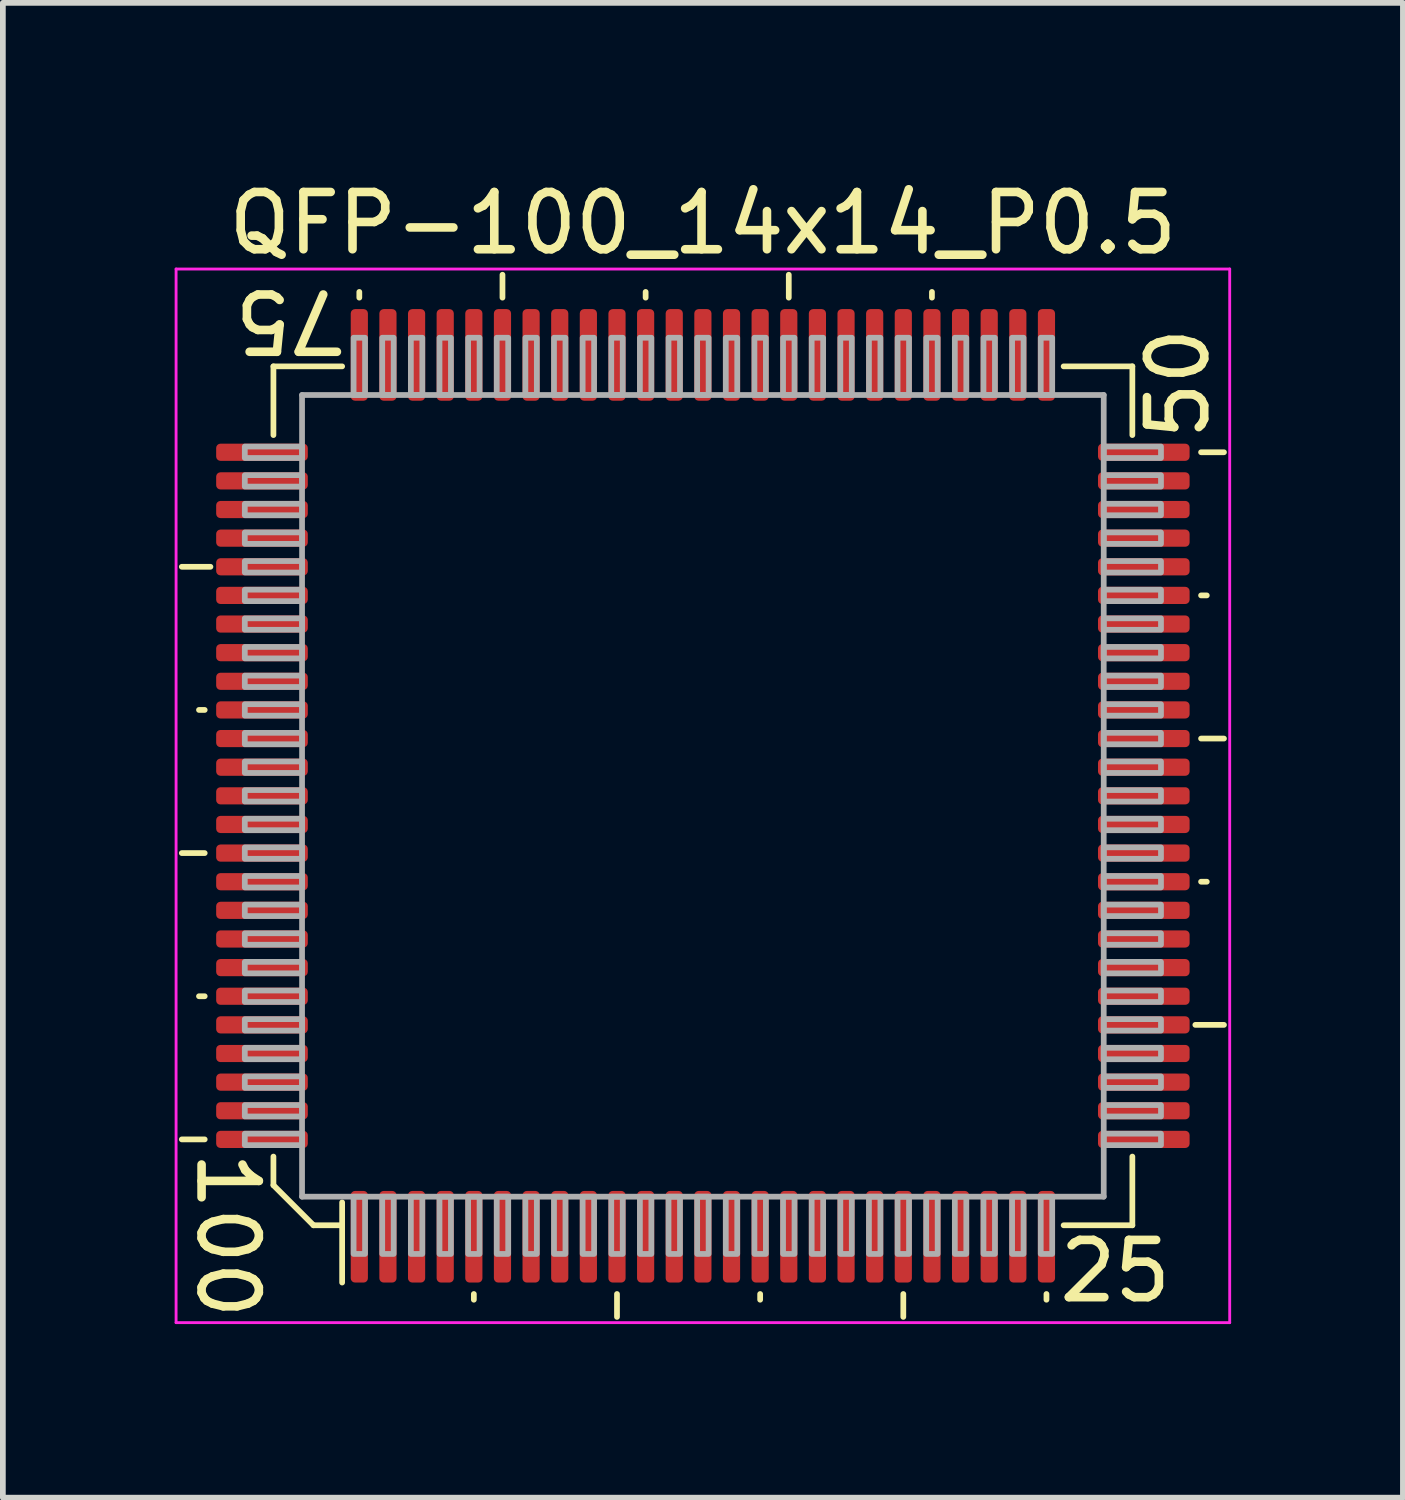
<source format=kicad_pcb>
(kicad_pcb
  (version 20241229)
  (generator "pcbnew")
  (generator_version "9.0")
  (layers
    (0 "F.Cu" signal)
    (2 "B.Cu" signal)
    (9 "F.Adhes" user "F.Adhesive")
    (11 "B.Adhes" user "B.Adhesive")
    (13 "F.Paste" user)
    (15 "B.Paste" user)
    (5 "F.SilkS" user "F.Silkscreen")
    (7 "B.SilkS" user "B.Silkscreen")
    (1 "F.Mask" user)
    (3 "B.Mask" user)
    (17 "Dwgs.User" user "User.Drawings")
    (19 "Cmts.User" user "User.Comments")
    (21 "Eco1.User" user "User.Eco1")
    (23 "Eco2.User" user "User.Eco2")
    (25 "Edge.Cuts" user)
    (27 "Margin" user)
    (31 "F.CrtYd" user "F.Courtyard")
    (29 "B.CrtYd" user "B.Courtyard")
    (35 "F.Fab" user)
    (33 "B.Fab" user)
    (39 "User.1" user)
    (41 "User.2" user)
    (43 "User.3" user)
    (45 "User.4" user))
  (footprint "QFP-100_14x14_P0.5"
    (layer "F.Cu")
    (at 9.225 10.848)
    (property "Reference" "QFP-100_14x14_P0.5" (at 0 -10 0) (layer "F.SilkS") (effects (font (size 1 1) (thickness 0.15))))
    (attr smd)
    (fp_line (start -8.7 -1.5) (end -8.8 -1.5) (stroke (width 0.1) (type solid)) (layer "F.SilkS"))
    (fp_line (start -8.7 1) (end -9.1 1) (stroke (width 0.1) (type solid)) (layer "F.SilkS"))
    (fp_line (start -8.7 3.5) (end -8.8 3.5) (stroke (width 0.1) (type solid)) (layer "F.SilkS"))
    (fp_line (start -8.7 6) (end -9.1 6) (stroke (width 0.1) (type solid)) (layer "F.SilkS"))
    (fp_line (start -8.6 -4) (end -9.1 -4) (stroke (width 0.1) (type solid)) (layer "F.SilkS"))
    (fp_line (start -7.5 -7.5) (end -6.3 -7.5) (stroke (width 0.1) (type solid)) (layer "F.SilkS"))
    (fp_line (start -7.5 -6.3) (end -7.5 -7.5) (stroke (width 0.1) (type solid)) (layer "F.SilkS"))
    (fp_line (start -7.5 6.3) (end -7.5 6.8) (stroke (width 0.1) (type solid)) (layer "F.SilkS"))
    (fp_line (start -7.5 6.8) (end -6.8 7.5) (stroke (width 0.1) (type solid)) (layer "F.SilkS"))
    (fp_line (start -6.8 7.5) (end -6.3 7.5) (stroke (width 0.1) (type solid)) (layer "F.SilkS"))
    (fp_line (start -6.3 7.1) (end -6.3 8.5) (stroke (width 0.1) (type solid)) (layer "F.SilkS"))
    (fp_line (start -6 -8.7) (end -6 -8.8) (stroke (width 0.1) (type solid)) (layer "F.SilkS"))
    (fp_line (start -4 8.7) (end -4 8.8) (stroke (width 0.1) (type solid)) (layer "F.SilkS"))
    (fp_line (start -3.5 -8.7) (end -3.5 -9.1) (stroke (width 0.1) (type solid)) (layer "F.SilkS"))
    (fp_line (start -1.5 8.7) (end -1.5 9.1) (stroke (width 0.1) (type solid)) (layer "F.SilkS"))
    (fp_line (start -1 -8.7) (end -1 -8.8) (stroke (width 0.1) (type solid)) (layer "F.SilkS"))
    (fp_line (start 1 8.7) (end 1 8.8) (stroke (width 0.1) (type solid)) (layer "F.SilkS"))
    (fp_line (start 1.5 -8.7) (end 1.5 -9.1) (stroke (width 0.1) (type solid)) (layer "F.SilkS"))
    (fp_line (start 3.5 8.7) (end 3.5 9.1) (stroke (width 0.1) (type solid)) (layer "F.SilkS"))
    (fp_line (start 4 -8.7) (end 4 -8.8) (stroke (width 0.1) (type solid)) (layer "F.SilkS"))
    (fp_line (start 6 8.7) (end 6 8.8) (stroke (width 0.1) (type solid)) (layer "F.SilkS"))
    (fp_line (start 7.5 -7.5) (end 6.3 -7.5) (stroke (width 0.1) (type solid)) (layer "F.SilkS"))
    (fp_line (start 7.5 -6.3) (end 7.5 -7.5) (stroke (width 0.1) (type solid)) (layer "F.SilkS"))
    (fp_line (start 7.5 6.3) (end 7.5 7.5) (stroke (width 0.1) (type solid)) (layer "F.SilkS"))
    (fp_line (start 7.5 7.5) (end 6.3 7.5) (stroke (width 0.1) (type solid)) (layer "F.SilkS"))
    (fp_line (start 8.6 4) (end 9.1 4) (stroke (width 0.1) (type solid)) (layer "F.SilkS"))
    (fp_line (start 8.7 -6) (end 9.1 -6) (stroke (width 0.1) (type solid)) (layer "F.SilkS"))
    (fp_line (start 8.7 -3.5) (end 8.8 -3.5) (stroke (width 0.1) (type solid)) (layer "F.SilkS"))
    (fp_line (start 8.7 -1) (end 9.1 -1) (stroke (width 0.1) (type solid)) (layer "F.SilkS"))
    (fp_line (start 8.7 1.5) (end 8.8 1.5) (stroke (width 0.1) (type solid)) (layer "F.SilkS"))
    (fp_line (start -9.2 -9.2) (end -9.2 9.2) (stroke (width 0.05) (type solid)) (layer "F.CrtYd"))
    (fp_line (start -9.2 9.2) (end 9.2 9.2) (stroke (width 0.05) (type solid)) (layer "F.CrtYd"))
    (fp_line (start 9.2 -9.2) (end -9.2 -9.2) (stroke (width 0.05) (type solid)) (layer "F.CrtYd"))
    (fp_line (start 9.2 9.2) (end 9.2 -9.2) (stroke (width 0.05) (type solid)) (layer "F.CrtYd"))
    (fp_line (start -7 -7) (end 7 -7) (stroke (width 0.1) (type solid)) (layer "F.Fab"))
    (fp_line (start -7 7) (end -7 -7) (stroke (width 0.1) (type solid)) (layer "F.Fab"))
    (fp_line (start 7 -7) (end 7 7) (stroke (width 0.1) (type solid)) (layer "F.Fab"))
    (fp_line (start 7 7) (end -7 7) (stroke (width 0.1) (type solid)) (layer "F.Fab"))
    (fp_poly (pts (xy -7 -5.9) (xy -8 -5.9) (xy -8 -6.1) (xy -7 -6.1)) (stroke (width 0.1) (type solid)) (fill no) (layer "F.Fab"))
    (fp_poly (pts (xy -7 -5.4) (xy -8 -5.4) (xy -8 -5.6) (xy -7 -5.6)) (stroke (width 0.1) (type solid)) (fill no) (layer "F.Fab"))
    (fp_poly (pts (xy -7 -4.9) (xy -8 -4.9) (xy -8 -5.1) (xy -7 -5.1)) (stroke (width 0.1) (type solid)) (fill no) (layer "F.Fab"))
    (fp_poly (pts (xy -7 -4.4) (xy -8 -4.4) (xy -8 -4.6) (xy -7 -4.6)) (stroke (width 0.1) (type solid)) (fill no) (layer "F.Fab"))
    (fp_poly (pts (xy -7 -3.9) (xy -8 -3.9) (xy -8 -4.1) (xy -7 -4.1)) (stroke (width 0.1) (type solid)) (fill no) (layer "F.Fab"))
    (fp_poly (pts (xy -7 -3.4) (xy -8 -3.4) (xy -8 -3.6) (xy -7 -3.6)) (stroke (width 0.1) (type solid)) (fill no) (layer "F.Fab"))
    (fp_poly (pts (xy -7 -2.9) (xy -8 -2.9) (xy -8 -3.1) (xy -7 -3.1)) (stroke (width 0.1) (type solid)) (fill no) (layer "F.Fab"))
    (fp_poly (pts (xy -7 -2.4) (xy -8 -2.4) (xy -8 -2.6) (xy -7 -2.6)) (stroke (width 0.1) (type solid)) (fill no) (layer "F.Fab"))
    (fp_poly (pts (xy -7 -1.9) (xy -8 -1.9) (xy -8 -2.1) (xy -7 -2.1)) (stroke (width 0.1) (type solid)) (fill no) (layer "F.Fab"))
    (fp_poly (pts (xy -7 -1.4) (xy -8 -1.4) (xy -8 -1.6) (xy -7 -1.6)) (stroke (width 0.1) (type solid)) (fill no) (layer "F.Fab"))
    (fp_poly (pts (xy -7 -0.9) (xy -8 -0.9) (xy -8 -1.1) (xy -7 -1.1)) (stroke (width 0.1) (type solid)) (fill no) (layer "F.Fab"))
    (fp_poly (pts (xy -7 -0.4) (xy -8 -0.4) (xy -8 -0.6) (xy -7 -0.6)) (stroke (width 0.1) (type solid)) (fill no) (layer "F.Fab"))
    (fp_poly (pts (xy -7 0.1) (xy -8 0.1) (xy -8 -0.1) (xy -7 -0.1)) (stroke (width 0.1) (type solid)) (fill no) (layer "F.Fab"))
    (fp_poly (pts (xy -7 0.6) (xy -8 0.6) (xy -8 0.4) (xy -7 0.4)) (stroke (width 0.1) (type solid)) (fill no) (layer "F.Fab"))
    (fp_poly (pts (xy -7 1.1) (xy -8 1.1) (xy -8 0.9) (xy -7 0.9)) (stroke (width 0.1) (type solid)) (fill no) (layer "F.Fab"))
    (fp_poly (pts (xy -7 1.6) (xy -8 1.6) (xy -8 1.4) (xy -7 1.4)) (stroke (width 0.1) (type solid)) (fill no) (layer "F.Fab"))
    (fp_poly (pts (xy -7 2.1) (xy -8 2.1) (xy -8 1.9) (xy -7 1.9)) (stroke (width 0.1) (type solid)) (fill no) (layer "F.Fab"))
    (fp_poly (pts (xy -7 2.6) (xy -8 2.6) (xy -8 2.4) (xy -7 2.4)) (stroke (width 0.1) (type solid)) (fill no) (layer "F.Fab"))
    (fp_poly (pts (xy -7 3.1) (xy -8 3.1) (xy -8 2.9) (xy -7 2.9)) (stroke (width 0.1) (type solid)) (fill no) (layer "F.Fab"))
    (fp_poly (pts (xy -7 3.6) (xy -8 3.6) (xy -8 3.4) (xy -7 3.4)) (stroke (width 0.1) (type solid)) (fill no) (layer "F.Fab"))
    (fp_poly (pts (xy -7 4.1) (xy -8 4.1) (xy -8 3.9) (xy -7 3.9)) (stroke (width 0.1) (type solid)) (fill no) (layer "F.Fab"))
    (fp_poly (pts (xy -7 4.6) (xy -8 4.6) (xy -8 4.4) (xy -7 4.4)) (stroke (width 0.1) (type solid)) (fill no) (layer "F.Fab"))
    (fp_poly (pts (xy -7 5.1) (xy -8 5.1) (xy -8 4.9) (xy -7 4.9)) (stroke (width 0.1) (type solid)) (fill no) (layer "F.Fab"))
    (fp_poly (pts (xy -7 5.6) (xy -8 5.6) (xy -8 5.4) (xy -7 5.4)) (stroke (width 0.1) (type solid)) (fill no) (layer "F.Fab"))
    (fp_poly (pts (xy -7 6.1) (xy -8 6.1) (xy -8 5.9) (xy -7 5.9)) (stroke (width 0.1) (type solid)) (fill no) (layer "F.Fab"))
    (fp_poly (pts (xy -6.1 -7) (xy -6.1 -8) (xy -5.9 -8) (xy -5.9 -7)) (stroke (width 0.1) (type solid)) (fill no) (layer "F.Fab"))
    (fp_poly (pts (xy -5.9 7) (xy -5.9 8) (xy -6.1 8) (xy -6.1 7)) (stroke (width 0.1) (type solid)) (fill no) (layer "F.Fab"))
    (fp_poly (pts (xy -5.6 -7) (xy -5.6 -8) (xy -5.4 -8) (xy -5.4 -7)) (stroke (width 0.1) (type solid)) (fill no) (layer "F.Fab"))
    (fp_poly (pts (xy -5.4 7) (xy -5.4 8) (xy -5.6 8) (xy -5.6 7)) (stroke (width 0.1) (type solid)) (fill no) (layer "F.Fab"))
    (fp_poly (pts (xy -5.1 -7) (xy -5.1 -8) (xy -4.9 -8) (xy -4.9 -7)) (stroke (width 0.1) (type solid)) (fill no) (layer "F.Fab"))
    (fp_poly (pts (xy -4.9 7) (xy -4.9 8) (xy -5.1 8) (xy -5.1 7)) (stroke (width 0.1) (type solid)) (fill no) (layer "F.Fab"))
    (fp_poly (pts (xy -4.6 -7) (xy -4.6 -8) (xy -4.4 -8) (xy -4.4 -7)) (stroke (width 0.1) (type solid)) (fill no) (layer "F.Fab"))
    (fp_poly (pts (xy -4.4 7) (xy -4.4 8) (xy -4.6 8) (xy -4.6 7)) (stroke (width 0.1) (type solid)) (fill no) (layer "F.Fab"))
    (fp_poly (pts (xy -4.1 -7) (xy -4.1 -8) (xy -3.9 -8) (xy -3.9 -7)) (stroke (width 0.1) (type solid)) (fill no) (layer "F.Fab"))
    (fp_poly (pts (xy -3.9 7) (xy -3.9 8) (xy -4.1 8) (xy -4.1 7)) (stroke (width 0.1) (type solid)) (fill no) (layer "F.Fab"))
    (fp_poly (pts (xy -3.6 -7) (xy -3.6 -8) (xy -3.4 -8) (xy -3.4 -7)) (stroke (width 0.1) (type solid)) (fill no) (layer "F.Fab"))
    (fp_poly (pts (xy -3.4 7) (xy -3.4 8) (xy -3.6 8) (xy -3.6 7)) (stroke (width 0.1) (type solid)) (fill no) (layer "F.Fab"))
    (fp_poly (pts (xy -3.1 -7) (xy -3.1 -8) (xy -2.9 -8) (xy -2.9 -7)) (stroke (width 0.1) (type solid)) (fill no) (layer "F.Fab"))
    (fp_poly (pts (xy -2.9 7) (xy -2.9 8) (xy -3.1 8) (xy -3.1 7)) (stroke (width 0.1) (type solid)) (fill no) (layer "F.Fab"))
    (fp_poly (pts (xy -2.6 -7) (xy -2.6 -8) (xy -2.4 -8) (xy -2.4 -7)) (stroke (width 0.1) (type solid)) (fill no) (layer "F.Fab"))
    (fp_poly (pts (xy -2.4 7) (xy -2.4 8) (xy -2.6 8) (xy -2.6 7)) (stroke (width 0.1) (type solid)) (fill no) (layer "F.Fab"))
    (fp_poly (pts (xy -2.1 -7) (xy -2.1 -8) (xy -1.9 -8) (xy -1.9 -7)) (stroke (width 0.1) (type solid)) (fill no) (layer "F.Fab"))
    (fp_poly (pts (xy -1.9 7) (xy -1.9 8) (xy -2.1 8) (xy -2.1 7)) (stroke (width 0.1) (type solid)) (fill no) (layer "F.Fab"))
    (fp_poly (pts (xy -1.6 -7) (xy -1.6 -8) (xy -1.4 -8) (xy -1.4 -7)) (stroke (width 0.1) (type solid)) (fill no) (layer "F.Fab"))
    (fp_poly (pts (xy -1.4 7) (xy -1.4 8) (xy -1.6 8) (xy -1.6 7)) (stroke (width 0.1) (type solid)) (fill no) (layer "F.Fab"))
    (fp_poly (pts (xy -1.1 -7) (xy -1.1 -8) (xy -0.9 -8) (xy -0.9 -7)) (stroke (width 0.1) (type solid)) (fill no) (layer "F.Fab"))
    (fp_poly (pts (xy -0.9 7) (xy -0.9 8) (xy -1.1 8) (xy -1.1 7)) (stroke (width 0.1) (type solid)) (fill no) (layer "F.Fab"))
    (fp_poly (pts (xy -0.6 -7) (xy -0.6 -8) (xy -0.4 -8) (xy -0.4 -7)) (stroke (width 0.1) (type solid)) (fill no) (layer "F.Fab"))
    (fp_poly (pts (xy -0.4 7) (xy -0.4 8) (xy -0.6 8) (xy -0.6 7)) (stroke (width 0.1) (type solid)) (fill no) (layer "F.Fab"))
    (fp_poly (pts (xy -0.1 -7) (xy -0.1 -8) (xy 0.1 -8) (xy 0.1 -7)) (stroke (width 0.1) (type solid)) (fill no) (layer "F.Fab"))
    (fp_poly (pts (xy 0.1 7) (xy 0.1 8) (xy -0.1 8) (xy -0.1 7)) (stroke (width 0.1) (type solid)) (fill no) (layer "F.Fab"))
    (fp_poly (pts (xy 0.4 -7) (xy 0.4 -8) (xy 0.6 -8) (xy 0.6 -7)) (stroke (width 0.1) (type solid)) (fill no) (layer "F.Fab"))
    (fp_poly (pts (xy 0.6 7) (xy 0.6 8) (xy 0.4 8) (xy 0.4 7)) (stroke (width 0.1) (type solid)) (fill no) (layer "F.Fab"))
    (fp_poly (pts (xy 0.9 -7) (xy 0.9 -8) (xy 1.1 -8) (xy 1.1 -7)) (stroke (width 0.1) (type solid)) (fill no) (layer "F.Fab"))
    (fp_poly (pts (xy 1.1 7) (xy 1.1 8) (xy 0.9 8) (xy 0.9 7)) (stroke (width 0.1) (type solid)) (fill no) (layer "F.Fab"))
    (fp_poly (pts (xy 1.4 -7) (xy 1.4 -8) (xy 1.6 -8) (xy 1.6 -7)) (stroke (width 0.1) (type solid)) (fill no) (layer "F.Fab"))
    (fp_poly (pts (xy 1.6 7) (xy 1.6 8) (xy 1.4 8) (xy 1.4 7)) (stroke (width 0.1) (type solid)) (fill no) (layer "F.Fab"))
    (fp_poly (pts (xy 1.9 -7) (xy 1.9 -8) (xy 2.1 -8) (xy 2.1 -7)) (stroke (width 0.1) (type solid)) (fill no) (layer "F.Fab"))
    (fp_poly (pts (xy 2.1 7) (xy 2.1 8) (xy 1.9 8) (xy 1.9 7)) (stroke (width 0.1) (type solid)) (fill no) (layer "F.Fab"))
    (fp_poly (pts (xy 2.4 -7) (xy 2.4 -8) (xy 2.6 -8) (xy 2.6 -7)) (stroke (width 0.1) (type solid)) (fill no) (layer "F.Fab"))
    (fp_poly (pts (xy 2.6 7) (xy 2.6 8) (xy 2.4 8) (xy 2.4 7)) (stroke (width 0.1) (type solid)) (fill no) (layer "F.Fab"))
    (fp_poly (pts (xy 2.9 -7) (xy 2.9 -8) (xy 3.1 -8) (xy 3.1 -7)) (stroke (width 0.1) (type solid)) (fill no) (layer "F.Fab"))
    (fp_poly (pts (xy 3.1 7) (xy 3.1 8) (xy 2.9 8) (xy 2.9 7)) (stroke (width 0.1) (type solid)) (fill no) (layer "F.Fab"))
    (fp_poly (pts (xy 3.4 -7) (xy 3.4 -8) (xy 3.6 -8) (xy 3.6 -7)) (stroke (width 0.1) (type solid)) (fill no) (layer "F.Fab"))
    (fp_poly (pts (xy 3.6 7) (xy 3.6 8) (xy 3.4 8) (xy 3.4 7)) (stroke (width 0.1) (type solid)) (fill no) (layer "F.Fab"))
    (fp_poly (pts (xy 3.9 -7) (xy 3.9 -8) (xy 4.1 -8) (xy 4.1 -7)) (stroke (width 0.1) (type solid)) (fill no) (layer "F.Fab"))
    (fp_poly (pts (xy 4.1 7) (xy 4.1 8) (xy 3.9 8) (xy 3.9 7)) (stroke (width 0.1) (type solid)) (fill no) (layer "F.Fab"))
    (fp_poly (pts (xy 4.4 -7) (xy 4.4 -8) (xy 4.6 -8) (xy 4.6 -7)) (stroke (width 0.1) (type solid)) (fill no) (layer "F.Fab"))
    (fp_poly (pts (xy 4.6 7) (xy 4.6 8) (xy 4.4 8) (xy 4.4 7)) (stroke (width 0.1) (type solid)) (fill no) (layer "F.Fab"))
    (fp_poly (pts (xy 4.9 -7) (xy 4.9 -8) (xy 5.1 -8) (xy 5.1 -7)) (stroke (width 0.1) (type solid)) (fill no) (layer "F.Fab"))
    (fp_poly (pts (xy 5.1 7) (xy 5.1 8) (xy 4.9 8) (xy 4.9 7)) (stroke (width 0.1) (type solid)) (fill no) (layer "F.Fab"))
    (fp_poly (pts (xy 5.4 -7) (xy 5.4 -8) (xy 5.6 -8) (xy 5.6 -7)) (stroke (width 0.1) (type solid)) (fill no) (layer "F.Fab"))
    (fp_poly (pts (xy 5.6 7) (xy 5.6 8) (xy 5.4 8) (xy 5.4 7)) (stroke (width 0.1) (type solid)) (fill no) (layer "F.Fab"))
    (fp_poly (pts (xy 5.9 -7) (xy 5.9 -8) (xy 6.1 -8) (xy 6.1 -7)) (stroke (width 0.1) (type solid)) (fill no) (layer "F.Fab"))
    (fp_poly (pts (xy 6.1 7) (xy 6.1 8) (xy 5.9 8) (xy 5.9 7)) (stroke (width 0.1) (type solid)) (fill no) (layer "F.Fab"))
    (fp_poly (pts (xy 7 -6.1) (xy 8 -6.1) (xy 8 -5.9) (xy 7 -5.9)) (stroke (width 0.1) (type solid)) (fill no) (layer "F.Fab"))
    (fp_poly (pts (xy 7 -5.6) (xy 8 -5.6) (xy 8 -5.4) (xy 7 -5.4)) (stroke (width 0.1) (type solid)) (fill no) (layer "F.Fab"))
    (fp_poly (pts (xy 7 -5.1) (xy 8 -5.1) (xy 8 -4.9) (xy 7 -4.9)) (stroke (width 0.1) (type solid)) (fill no) (layer "F.Fab"))
    (fp_poly (pts (xy 7 -4.6) (xy 8 -4.6) (xy 8 -4.4) (xy 7 -4.4)) (stroke (width 0.1) (type solid)) (fill no) (layer "F.Fab"))
    (fp_poly (pts (xy 7 -4.1) (xy 8 -4.1) (xy 8 -3.9) (xy 7 -3.9)) (stroke (width 0.1) (type solid)) (fill no) (layer "F.Fab"))
    (fp_poly (pts (xy 7 -3.6) (xy 8 -3.6) (xy 8 -3.4) (xy 7 -3.4)) (stroke (width 0.1) (type solid)) (fill no) (layer "F.Fab"))
    (fp_poly (pts (xy 7 -3.1) (xy 8 -3.1) (xy 8 -2.9) (xy 7 -2.9)) (stroke (width 0.1) (type solid)) (fill no) (layer "F.Fab"))
    (fp_poly (pts (xy 7 -2.6) (xy 8 -2.6) (xy 8 -2.4) (xy 7 -2.4)) (stroke (width 0.1) (type solid)) (fill no) (layer "F.Fab"))
    (fp_poly (pts (xy 7 -2.1) (xy 8 -2.1) (xy 8 -1.9) (xy 7 -1.9)) (stroke (width 0.1) (type solid)) (fill no) (layer "F.Fab"))
    (fp_poly (pts (xy 7 -1.6) (xy 8 -1.6) (xy 8 -1.4) (xy 7 -1.4)) (stroke (width 0.1) (type solid)) (fill no) (layer "F.Fab"))
    (fp_poly (pts (xy 7 -1.1) (xy 8 -1.1) (xy 8 -0.9) (xy 7 -0.9)) (stroke (width 0.1) (type solid)) (fill no) (layer "F.Fab"))
    (fp_poly (pts (xy 7 -0.6) (xy 8 -0.6) (xy 8 -0.4) (xy 7 -0.4)) (stroke (width 0.1) (type solid)) (fill no) (layer "F.Fab"))
    (fp_poly (pts (xy 7 -0.1) (xy 8 -0.1) (xy 8 0.1) (xy 7 0.1)) (stroke (width 0.1) (type solid)) (fill no) (layer "F.Fab"))
    (fp_poly (pts (xy 7 0.4) (xy 8 0.4) (xy 8 0.6) (xy 7 0.6)) (stroke (width 0.1) (type solid)) (fill no) (layer "F.Fab"))
    (fp_poly (pts (xy 7 0.9) (xy 8 0.9) (xy 8 1.1) (xy 7 1.1)) (stroke (width 0.1) (type solid)) (fill no) (layer "F.Fab"))
    (fp_poly (pts (xy 7 1.4) (xy 8 1.4) (xy 8 1.6) (xy 7 1.6)) (stroke (width 0.1) (type solid)) (fill no) (layer "F.Fab"))
    (fp_poly (pts (xy 7 1.9) (xy 8 1.9) (xy 8 2.1) (xy 7 2.1)) (stroke (width 0.1) (type solid)) (fill no) (layer "F.Fab"))
    (fp_poly (pts (xy 7 2.4) (xy 8 2.4) (xy 8 2.6) (xy 7 2.6)) (stroke (width 0.1) (type solid)) (fill no) (layer "F.Fab"))
    (fp_poly (pts (xy 7 2.9) (xy 8 2.9) (xy 8 3.1) (xy 7 3.1)) (stroke (width 0.1) (type solid)) (fill no) (layer "F.Fab"))
    (fp_poly (pts (xy 7 3.4) (xy 8 3.4) (xy 8 3.6) (xy 7 3.6)) (stroke (width 0.1) (type solid)) (fill no) (layer "F.Fab"))
    (fp_poly (pts (xy 7 3.9) (xy 8 3.9) (xy 8 4.1) (xy 7 4.1)) (stroke (width 0.1) (type solid)) (fill no) (layer "F.Fab"))
    (fp_poly (pts (xy 7 4.4) (xy 8 4.4) (xy 8 4.6) (xy 7 4.6)) (stroke (width 0.1) (type solid)) (fill no) (layer "F.Fab"))
    (fp_poly (pts (xy 7 4.9) (xy 8 4.9) (xy 8 5.1) (xy 7 5.1)) (stroke (width 0.1) (type solid)) (fill no) (layer "F.Fab"))
    (fp_poly (pts (xy 7 5.4) (xy 8 5.4) (xy 8 5.6) (xy 7 5.6)) (stroke (width 0.1) (type solid)) (fill no) (layer "F.Fab"))
    (fp_poly (pts (xy 7 5.9) (xy 8 5.9) (xy 8 6.1) (xy 7 6.1)) (stroke (width 0.1) (type solid)) (fill no) (layer "F.Fab"))
    (fp_text user "75" (at -6.15 -8.3 180) (unlocked yes) (layer "F.SilkS") (effects (font (size 1 1) (thickness 0.15)) (justify left)))
    (fp_text user "100" (at -8.3 6.15 270) (unlocked yes) (layer "F.SilkS") (effects (font (size 1 1) (thickness 0.15)) (justify left)))
    (fp_text user "50" (at 8.3 -6.15 90) (unlocked yes) (layer "F.SilkS") (effects (font (size 1 1) (thickness 0.15)) (justify left)))
    (fp_text user "25" (at 6.15 8.3 0) (unlocked yes) (layer "F.SilkS") (effects (font (size 1 1) (thickness 0.15)) (justify left)))
    (pad "1" smd roundrect (at -6 7.7 90) (size 1.6 0.3) (layers "F.Cu" "F.Mask" "F.Paste") (roundrect_rratio 0.25))
    (pad "2" smd roundrect (at -5.5 7.7 90) (size 1.6 0.3) (layers "F.Cu" "F.Mask" "F.Paste") (roundrect_rratio 0.25))
    (pad "3" smd roundrect (at -5 7.7 90) (size 1.6 0.3) (layers "F.Cu" "F.Mask" "F.Paste") (roundrect_rratio 0.25))
    (pad "4" smd roundrect (at -4.5 7.7 90) (size 1.6 0.3) (layers "F.Cu" "F.Mask" "F.Paste") (roundrect_rratio 0.25))
    (pad "5" smd roundrect (at -4 7.7 90) (size 1.6 0.3) (layers "F.Cu" "F.Mask" "F.Paste") (roundrect_rratio 0.25))
    (pad "6" smd roundrect (at -3.5 7.7 90) (size 1.6 0.3) (layers "F.Cu" "F.Mask" "F.Paste") (roundrect_rratio 0.25))
    (pad "7" smd roundrect (at -3 7.7 90) (size 1.6 0.3) (layers "F.Cu" "F.Mask" "F.Paste") (roundrect_rratio 0.25))
    (pad "8" smd roundrect (at -2.5 7.7 90) (size 1.6 0.3) (layers "F.Cu" "F.Mask" "F.Paste") (roundrect_rratio 0.25))
    (pad "9" smd roundrect (at -2 7.7 90) (size 1.6 0.3) (layers "F.Cu" "F.Mask" "F.Paste") (roundrect_rratio 0.25))
    (pad "10" smd roundrect (at -1.5 7.7 90) (size 1.6 0.3) (layers "F.Cu" "F.Mask" "F.Paste") (roundrect_rratio 0.25))
    (pad "11" smd roundrect (at -1 7.7 90) (size 1.6 0.3) (layers "F.Cu" "F.Mask" "F.Paste") (roundrect_rratio 0.25))
    (pad "12" smd roundrect (at -0.5 7.7 90) (size 1.6 0.3) (layers "F.Cu" "F.Mask" "F.Paste") (roundrect_rratio 0.25))
    (pad "13" smd roundrect (at 0 7.7 90) (size 1.6 0.3) (layers "F.Cu" "F.Mask" "F.Paste") (roundrect_rratio 0.25))
    (pad "14" smd roundrect (at 0.5 7.7 90) (size 1.6 0.3) (layers "F.Cu" "F.Mask" "F.Paste") (roundrect_rratio 0.25))
    (pad "15" smd roundrect (at 1 7.7 90) (size 1.6 0.3) (layers "F.Cu" "F.Mask" "F.Paste") (roundrect_rratio 0.25))
    (pad "16" smd roundrect (at 1.5 7.7 90) (size 1.6 0.3) (layers "F.Cu" "F.Mask" "F.Paste") (roundrect_rratio 0.25))
    (pad "17" smd roundrect (at 2 7.7 90) (size 1.6 0.3) (layers "F.Cu" "F.Mask" "F.Paste") (roundrect_rratio 0.25))
    (pad "18" smd roundrect (at 2.5 7.7 90) (size 1.6 0.3) (layers "F.Cu" "F.Mask" "F.Paste") (roundrect_rratio 0.25))
    (pad "19" smd roundrect (at 3 7.7 90) (size 1.6 0.3) (layers "F.Cu" "F.Mask" "F.Paste") (roundrect_rratio 0.25))
    (pad "20" smd roundrect (at 3.5 7.7 90) (size 1.6 0.3) (layers "F.Cu" "F.Mask" "F.Paste") (roundrect_rratio 0.25))
    (pad "21" smd roundrect (at 4 7.7 90) (size 1.6 0.3) (layers "F.Cu" "F.Mask" "F.Paste") (roundrect_rratio 0.25))
    (pad "22" smd roundrect (at 4.5 7.7 90) (size 1.6 0.3) (layers "F.Cu" "F.Mask" "F.Paste") (roundrect_rratio 0.25))
    (pad "23" smd roundrect (at 5 7.7 90) (size 1.6 0.3) (layers "F.Cu" "F.Mask" "F.Paste") (roundrect_rratio 0.25))
    (pad "24" smd roundrect (at 5.5 7.7 90) (size 1.6 0.3) (layers "F.Cu" "F.Mask" "F.Paste") (roundrect_rratio 0.25))
    (pad "25" smd roundrect (at 6 7.7 90) (size 1.6 0.3) (layers "F.Cu" "F.Mask" "F.Paste") (roundrect_rratio 0.25))
    (pad "26" smd roundrect (at 7.7 6 180) (size 1.6 0.3) (layers "F.Cu" "F.Mask" "F.Paste") (roundrect_rratio 0.25))
    (pad "27" smd roundrect (at 7.7 5.5 180) (size 1.6 0.3) (layers "F.Cu" "F.Mask" "F.Paste") (roundrect_rratio 0.25))
    (pad "28" smd roundrect (at 7.7 5 180) (size 1.6 0.3) (layers "F.Cu" "F.Mask" "F.Paste") (roundrect_rratio 0.25))
    (pad "29" smd roundrect (at 7.7 4.5 180) (size 1.6 0.3) (layers "F.Cu" "F.Mask" "F.Paste") (roundrect_rratio 0.25))
    (pad "30" smd roundrect (at 7.7 4 180) (size 1.6 0.3) (layers "F.Cu" "F.Mask" "F.Paste") (roundrect_rratio 0.25))
    (pad "31" smd roundrect (at 7.7 3.5 180) (size 1.6 0.3) (layers "F.Cu" "F.Mask" "F.Paste") (roundrect_rratio 0.25))
    (pad "32" smd roundrect (at 7.7 3 180) (size 1.6 0.3) (layers "F.Cu" "F.Mask" "F.Paste") (roundrect_rratio 0.25))
    (pad "33" smd roundrect (at 7.7 2.5 180) (size 1.6 0.3) (layers "F.Cu" "F.Mask" "F.Paste") (roundrect_rratio 0.25))
    (pad "34" smd roundrect (at 7.7 2 180) (size 1.6 0.3) (layers "F.Cu" "F.Mask" "F.Paste") (roundrect_rratio 0.25))
    (pad "35" smd roundrect (at 7.7 1.5 180) (size 1.6 0.3) (layers "F.Cu" "F.Mask" "F.Paste") (roundrect_rratio 0.25))
    (pad "36" smd roundrect (at 7.7 1 180) (size 1.6 0.3) (layers "F.Cu" "F.Mask" "F.Paste") (roundrect_rratio 0.25))
    (pad "37" smd roundrect (at 7.7 0.5 180) (size 1.6 0.3) (layers "F.Cu" "F.Mask" "F.Paste") (roundrect_rratio 0.25))
    (pad "38" smd roundrect (at 7.7 0 180) (size 1.6 0.3) (layers "F.Cu" "F.Mask" "F.Paste") (roundrect_rratio 0.25))
    (pad "39" smd roundrect (at 7.7 -0.5 180) (size 1.6 0.3) (layers "F.Cu" "F.Mask" "F.Paste") (roundrect_rratio 0.25))
    (pad "40" smd roundrect (at 7.7 -1 180) (size 1.6 0.3) (layers "F.Cu" "F.Mask" "F.Paste") (roundrect_rratio 0.25))
    (pad "41" smd roundrect (at 7.7 -1.5 180) (size 1.6 0.3) (layers "F.Cu" "F.Mask" "F.Paste") (roundrect_rratio 0.25))
    (pad "42" smd roundrect (at 7.7 -2 180) (size 1.6 0.3) (layers "F.Cu" "F.Mask" "F.Paste") (roundrect_rratio 0.25))
    (pad "43" smd roundrect (at 7.7 -2.5 180) (size 1.6 0.3) (layers "F.Cu" "F.Mask" "F.Paste") (roundrect_rratio 0.25))
    (pad "44" smd roundrect (at 7.7 -3 180) (size 1.6 0.3) (layers "F.Cu" "F.Mask" "F.Paste") (roundrect_rratio 0.25))
    (pad "45" smd roundrect (at 7.7 -3.5 180) (size 1.6 0.3) (layers "F.Cu" "F.Mask" "F.Paste") (roundrect_rratio 0.25))
    (pad "46" smd roundrect (at 7.7 -4 180) (size 1.6 0.3) (layers "F.Cu" "F.Mask" "F.Paste") (roundrect_rratio 0.25))
    (pad "47" smd roundrect (at 7.7 -4.5 180) (size 1.6 0.3) (layers "F.Cu" "F.Mask" "F.Paste") (roundrect_rratio 0.25))
    (pad "48" smd roundrect (at 7.7 -5 180) (size 1.6 0.3) (layers "F.Cu" "F.Mask" "F.Paste") (roundrect_rratio 0.25))
    (pad "49" smd roundrect (at 7.7 -5.5 180) (size 1.6 0.3) (layers "F.Cu" "F.Mask" "F.Paste") (roundrect_rratio 0.25))
    (pad "50" smd roundrect (at 7.7 -6 180) (size 1.6 0.3) (layers "F.Cu" "F.Mask" "F.Paste") (roundrect_rratio 0.25))
    (pad "51" smd roundrect (at 6 -7.7 90) (size 1.6 0.3) (layers "F.Cu" "F.Mask" "F.Paste") (roundrect_rratio 0.25))
    (pad "52" smd roundrect (at 5.5 -7.7 90) (size 1.6 0.3) (layers "F.Cu" "F.Mask" "F.Paste") (roundrect_rratio 0.25))
    (pad "53" smd roundrect (at 5 -7.7 90) (size 1.6 0.3) (layers "F.Cu" "F.Mask" "F.Paste") (roundrect_rratio 0.25))
    (pad "54" smd roundrect (at 4.5 -7.7 90) (size 1.6 0.3) (layers "F.Cu" "F.Mask" "F.Paste") (roundrect_rratio 0.25))
    (pad "55" smd roundrect (at 4 -7.7 90) (size 1.6 0.3) (layers "F.Cu" "F.Mask" "F.Paste") (roundrect_rratio 0.25))
    (pad "56" smd roundrect (at 3.5 -7.7 90) (size 1.6 0.3) (layers "F.Cu" "F.Mask" "F.Paste") (roundrect_rratio 0.25))
    (pad "57" smd roundrect (at 3 -7.7 90) (size 1.6 0.3) (layers "F.Cu" "F.Mask" "F.Paste") (roundrect_rratio 0.25))
    (pad "58" smd roundrect (at 2.5 -7.7 90) (size 1.6 0.3) (layers "F.Cu" "F.Mask" "F.Paste") (roundrect_rratio 0.25))
    (pad "59" smd roundrect (at 2 -7.7 90) (size 1.6 0.3) (layers "F.Cu" "F.Mask" "F.Paste") (roundrect_rratio 0.25))
    (pad "60" smd roundrect (at 1.5 -7.7 90) (size 1.6 0.3) (layers "F.Cu" "F.Mask" "F.Paste") (roundrect_rratio 0.25))
    (pad "61" smd roundrect (at 1 -7.7 90) (size 1.6 0.3) (layers "F.Cu" "F.Mask" "F.Paste") (roundrect_rratio 0.25))
    (pad "62" smd roundrect (at 0.5 -7.7 90) (size 1.6 0.3) (layers "F.Cu" "F.Mask" "F.Paste") (roundrect_rratio 0.25))
    (pad "63" smd roundrect (at 0 -7.7 90) (size 1.6 0.3) (layers "F.Cu" "F.Mask" "F.Paste") (roundrect_rratio 0.25))
    (pad "64" smd roundrect (at -0.5 -7.7 90) (size 1.6 0.3) (layers "F.Cu" "F.Mask" "F.Paste") (roundrect_rratio 0.25))
    (pad "65" smd roundrect (at -1 -7.7 90) (size 1.6 0.3) (layers "F.Cu" "F.Mask" "F.Paste") (roundrect_rratio 0.25))
    (pad "66" smd roundrect (at -1.5 -7.7 90) (size 1.6 0.3) (layers "F.Cu" "F.Mask" "F.Paste") (roundrect_rratio 0.25))
    (pad "67" smd roundrect (at -2 -7.7 90) (size 1.6 0.3) (layers "F.Cu" "F.Mask" "F.Paste") (roundrect_rratio 0.25))
    (pad "68" smd roundrect (at -2.5 -7.7 90) (size 1.6 0.3) (layers "F.Cu" "F.Mask" "F.Paste") (roundrect_rratio 0.25))
    (pad "69" smd roundrect (at -3 -7.7 90) (size 1.6 0.3) (layers "F.Cu" "F.Mask" "F.Paste") (roundrect_rratio 0.25))
    (pad "70" smd roundrect (at -3.5 -7.7 90) (size 1.6 0.3) (layers "F.Cu" "F.Mask" "F.Paste") (roundrect_rratio 0.25))
    (pad "71" smd roundrect (at -4 -7.7 90) (size 1.6 0.3) (layers "F.Cu" "F.Mask" "F.Paste") (roundrect_rratio 0.25))
    (pad "72" smd roundrect (at -4.5 -7.7 90) (size 1.6 0.3) (layers "F.Cu" "F.Mask" "F.Paste") (roundrect_rratio 0.25))
    (pad "73" smd roundrect (at -5 -7.7 90) (size 1.6 0.3) (layers "F.Cu" "F.Mask" "F.Paste") (roundrect_rratio 0.25))
    (pad "74" smd roundrect (at -5.5 -7.7 90) (size 1.6 0.3) (layers "F.Cu" "F.Mask" "F.Paste") (roundrect_rratio 0.25))
    (pad "75" smd roundrect (at -6 -7.7 90) (size 1.6 0.3) (layers "F.Cu" "F.Mask" "F.Paste") (roundrect_rratio 0.25))
    (pad "76" smd roundrect (at -7.7 -6 180) (size 1.6 0.3) (layers "F.Cu" "F.Mask" "F.Paste") (roundrect_rratio 0.25))
    (pad "77" smd roundrect (at -7.7 -5.5 180) (size 1.6 0.3) (layers "F.Cu" "F.Mask" "F.Paste") (roundrect_rratio 0.25))
    (pad "78" smd roundrect (at -7.7 -5 180) (size 1.6 0.3) (layers "F.Cu" "F.Mask" "F.Paste") (roundrect_rratio 0.25))
    (pad "79" smd roundrect (at -7.7 -4.5 180) (size 1.6 0.3) (layers "F.Cu" "F.Mask" "F.Paste") (roundrect_rratio 0.25))
    (pad "80" smd roundrect (at -7.7 -4 180) (size 1.6 0.3) (layers "F.Cu" "F.Mask" "F.Paste") (roundrect_rratio 0.25))
    (pad "81" smd roundrect (at -7.7 -3.5 180) (size 1.6 0.3) (layers "F.Cu" "F.Mask" "F.Paste") (roundrect_rratio 0.25))
    (pad "82" smd roundrect (at -7.7 -3 180) (size 1.6 0.3) (layers "F.Cu" "F.Mask" "F.Paste") (roundrect_rratio 0.25))
    (pad "83" smd roundrect (at -7.7 -2.5 180) (size 1.6 0.3) (layers "F.Cu" "F.Mask" "F.Paste") (roundrect_rratio 0.25))
    (pad "84" smd roundrect (at -7.7 -2 180) (size 1.6 0.3) (layers "F.Cu" "F.Mask" "F.Paste") (roundrect_rratio 0.25))
    (pad "85" smd roundrect (at -7.7 -1.5 180) (size 1.6 0.3) (layers "F.Cu" "F.Mask" "F.Paste") (roundrect_rratio 0.25))
    (pad "86" smd roundrect (at -7.7 -1 180) (size 1.6 0.3) (layers "F.Cu" "F.Mask" "F.Paste") (roundrect_rratio 0.25))
    (pad "87" smd roundrect (at -7.7 -0.5 180) (size 1.6 0.3) (layers "F.Cu" "F.Mask" "F.Paste") (roundrect_rratio 0.25))
    (pad "88" smd roundrect (at -7.7 0 180) (size 1.6 0.3) (layers "F.Cu" "F.Mask" "F.Paste") (roundrect_rratio 0.25))
    (pad "89" smd roundrect (at -7.7 0.5 180) (size 1.6 0.3) (layers "F.Cu" "F.Mask" "F.Paste") (roundrect_rratio 0.25))
    (pad "90" smd roundrect (at -7.7 1 180) (size 1.6 0.3) (layers "F.Cu" "F.Mask" "F.Paste") (roundrect_rratio 0.25))
    (pad "91" smd roundrect (at -7.7 1.5 180) (size 1.6 0.3) (layers "F.Cu" "F.Mask" "F.Paste") (roundrect_rratio 0.25))
    (pad "92" smd roundrect (at -7.7 2 180) (size 1.6 0.3) (layers "F.Cu" "F.Mask" "F.Paste") (roundrect_rratio 0.25))
    (pad "93" smd roundrect (at -7.7 2.5 180) (size 1.6 0.3) (layers "F.Cu" "F.Mask" "F.Paste") (roundrect_rratio 0.25))
    (pad "94" smd roundrect (at -7.7 3 180) (size 1.6 0.3) (layers "F.Cu" "F.Mask" "F.Paste") (roundrect_rratio 0.25))
    (pad "95" smd roundrect (at -7.7 3.5 180) (size 1.6 0.3) (layers "F.Cu" "F.Mask" "F.Paste") (roundrect_rratio 0.25))
    (pad "96" smd roundrect (at -7.7 4 180) (size 1.6 0.3) (layers "F.Cu" "F.Mask" "F.Paste") (roundrect_rratio 0.25))
    (pad "97" smd roundrect (at -7.7 4.5 180) (size 1.6 0.3) (layers "F.Cu" "F.Mask" "F.Paste") (roundrect_rratio 0.25))
    (pad "98" smd roundrect (at -7.7 5 180) (size 1.6 0.3) (layers "F.Cu" "F.Mask" "F.Paste") (roundrect_rratio 0.25))
    (pad "99" smd roundrect (at -7.7 5.5 180) (size 1.6 0.3) (layers "F.Cu" "F.Mask" "F.Paste") (roundrect_rratio 0.25))
    (pad "100" smd roundrect (at -7.7 6 180) (size 1.6 0.3) (layers "F.Cu" "F.Mask" "F.Paste") (roundrect_rratio 0.25)))
  (gr_rect
    (start -3 -3)
    (end 21.45 23.105)
    (stroke (width 0.1) (type default))
    (fill no)
    (layer "Edge.Cuts")))
</source>
